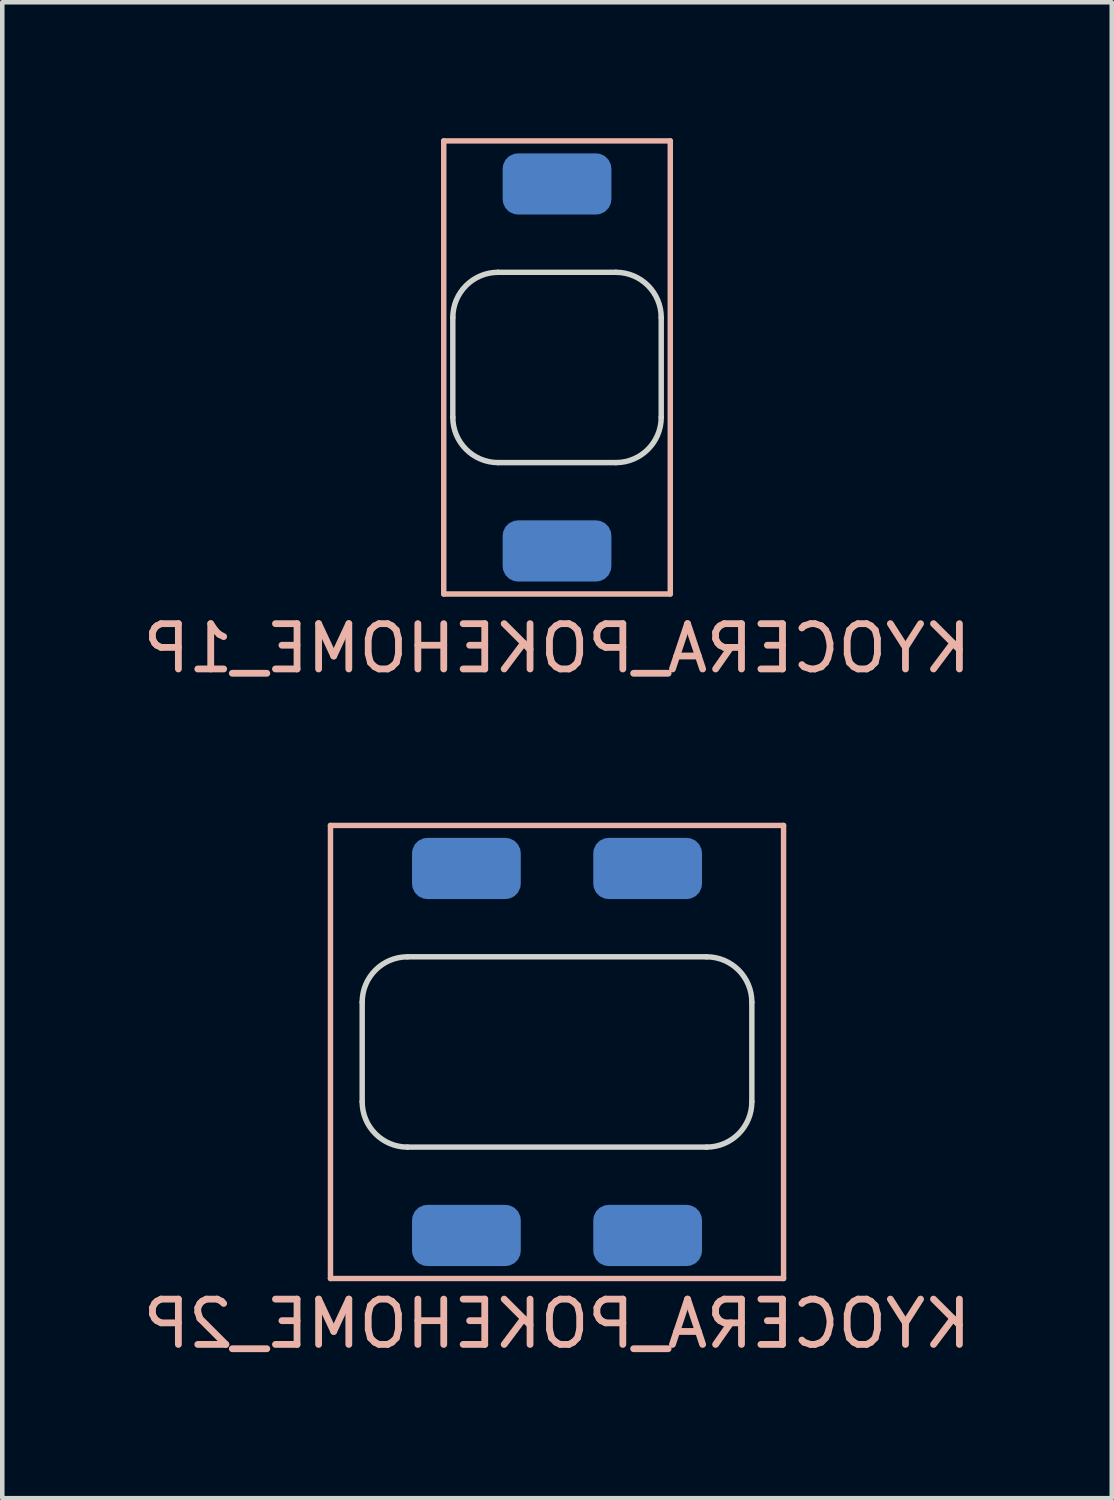
<source format=kicad_pcb>
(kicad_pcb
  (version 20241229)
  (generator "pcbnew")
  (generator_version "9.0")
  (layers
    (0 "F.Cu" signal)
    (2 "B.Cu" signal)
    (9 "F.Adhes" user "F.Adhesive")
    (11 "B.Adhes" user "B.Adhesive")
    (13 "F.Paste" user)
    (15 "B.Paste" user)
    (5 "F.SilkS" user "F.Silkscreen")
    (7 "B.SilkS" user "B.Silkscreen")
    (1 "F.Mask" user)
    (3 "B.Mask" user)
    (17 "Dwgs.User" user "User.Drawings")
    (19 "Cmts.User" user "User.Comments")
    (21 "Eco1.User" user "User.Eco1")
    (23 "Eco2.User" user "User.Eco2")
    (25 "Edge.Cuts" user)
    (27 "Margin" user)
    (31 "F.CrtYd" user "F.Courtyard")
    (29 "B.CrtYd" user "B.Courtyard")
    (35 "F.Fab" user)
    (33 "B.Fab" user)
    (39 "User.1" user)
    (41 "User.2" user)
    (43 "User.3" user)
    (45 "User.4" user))
  (footprint "KYOCERA_POKEHOME_2P"
    (layer "F.Cu")
    (at 9.244 20.168)
    (property "Reference" "KYOCERA_POKEHOME_2P" (at 0 6 0) (layer "B.SilkS") (effects (font (size 1 1) (thickness 0.15)) (justify mirror)))
    (attr through_hole)
    (fp_line (start -5 -5) (end -5 5) (stroke (width 0.12) (type solid)) (layer "B.SilkS"))
    (fp_line (start -5 5) (end 5 5) (stroke (width 0.12) (type solid)) (layer "B.SilkS"))
    (fp_line (start 5 -5) (end -5 -5) (stroke (width 0.12) (type solid)) (layer "B.SilkS"))
    (fp_line (start 5 5) (end 5 -5) (stroke (width 0.12) (type solid)) (layer "B.SilkS"))
    (fp_line (start -4.3 -1.1) (end -4.3 1.1) (stroke (width 0.12) (type solid)) (layer "Edge.Cuts"))
    (fp_line (start -3.3 2.1) (end 3.3 2.1) (stroke (width 0.12) (type solid)) (layer "Edge.Cuts"))
    (fp_line (start 3.3 -2.1) (end -3.3 -2.1) (stroke (width 0.12) (type solid)) (layer "Edge.Cuts"))
    (fp_line (start 4.3 1.1) (end 4.3 -1.1) (stroke (width 0.12) (type solid)) (layer "Edge.Cuts"))
    (fp_arc (start -4.3 -1.1) (mid -4.007107 -1.807107) (end -3.3 -2.1) (stroke (width 0.12) (type solid)) (layer "Edge.Cuts"))
    (fp_arc (start -3.3 2.1) (mid -4.007107 1.807107) (end -4.3 1.1) (stroke (width 0.12) (type solid)) (layer "Edge.Cuts"))
    (fp_arc (start 3.3 -2.1) (mid 4.007107 -1.807107) (end 4.3 -1.1) (stroke (width 0.12) (type solid)) (layer "Edge.Cuts"))
    (fp_arc (start 4.3 1.1) (mid 4.007107 1.807107) (end 3.3 2.1) (stroke (width 0.12) (type solid)) (layer "Edge.Cuts"))
    (pad "1" smd roundrect (at -2 -4.05) (size 2.4 1.35) (layers "F.Mask" "B.Cu" "F.Paste") (roundrect_rratio 0.25))
    (pad "1" smd roundrect (at -2 4.05) (size 2.4 1.35) (layers "F.Mask" "B.Cu" "F.Paste") (roundrect_rratio 0.25))
    (pad "2" smd roundrect (at 2 -4.05) (size 2.4 1.35) (layers "F.Mask" "B.Cu" "F.Paste") (roundrect_rratio 0.25))
    (pad "2" smd roundrect (at 2 4.05) (size 2.4 1.35) (layers "F.Mask" "B.Cu" "F.Paste") (roundrect_rratio 0.25)))
  (footprint "KYOCERA_POKEHOME_1P"
    (layer "F.Cu")
    (at 9.244 5.06)
    (property "Reference" "KYOCERA_POKEHOME_1P" (at 0 6.2 0) (layer "B.SilkS") (effects (font (size 1 1) (thickness 0.15)) (justify mirror)))
    (attr through_hole)
    (fp_line (start -2.5 -5) (end -2.5 5) (stroke (width 0.12) (type solid)) (layer "B.SilkS"))
    (fp_line (start -2.5 5) (end 2.5 5) (stroke (width 0.12) (type solid)) (layer "B.SilkS"))
    (fp_line (start 2.5 -5) (end -2.5 -5) (stroke (width 0.12) (type solid)) (layer "B.SilkS"))
    (fp_line (start 2.5 5) (end 2.5 -5) (stroke (width 0.12) (type solid)) (layer "B.SilkS"))
    (fp_line (start -2.3 -1.1) (end -2.3 1.1) (stroke (width 0.12) (type solid)) (layer "Edge.Cuts"))
    (fp_line (start -1.3 2.1) (end 1.3 2.1) (stroke (width 0.12) (type solid)) (layer "Edge.Cuts"))
    (fp_line (start 1.3 -2.1) (end -1.3 -2.1) (stroke (width 0.12) (type solid)) (layer "Edge.Cuts"))
    (fp_line (start 2.3 1.1) (end 2.3 -1.1) (stroke (width 0.12) (type solid)) (layer "Edge.Cuts"))
    (fp_arc (start -2.3 -1.1) (mid -2.007107 -1.807107) (end -1.3 -2.1) (stroke (width 0.12) (type solid)) (layer "Edge.Cuts"))
    (fp_arc (start -1.3 2.1) (mid -2.007107 1.807107) (end -2.3 1.1) (stroke (width 0.12) (type solid)) (layer "Edge.Cuts"))
    (fp_arc (start 1.3 -2.1) (mid 2.007107 -1.807107) (end 2.3 -1.1) (stroke (width 0.12) (type solid)) (layer "Edge.Cuts"))
    (fp_arc (start 2.3 1.1) (mid 2.007107 1.807107) (end 1.3 2.1) (stroke (width 0.12) (type solid)) (layer "Edge.Cuts"))
    (pad "1" smd roundrect (at 0 -4.05) (size 2.4 1.35) (layers "B.Cu" "B.Mask" "B.Paste") (roundrect_rratio 0.25))
    (pad "1" smd roundrect (at 0 4.05) (size 2.4 1.35) (layers "B.Cu" "B.Mask" "B.Paste") (roundrect_rratio 0.25)))
  (gr_rect
    (start -3 -3)
    (end 21.488 30.017)
    (stroke (width 0.1) (type default))
    (fill no)
    (layer "Edge.Cuts")))
</source>
